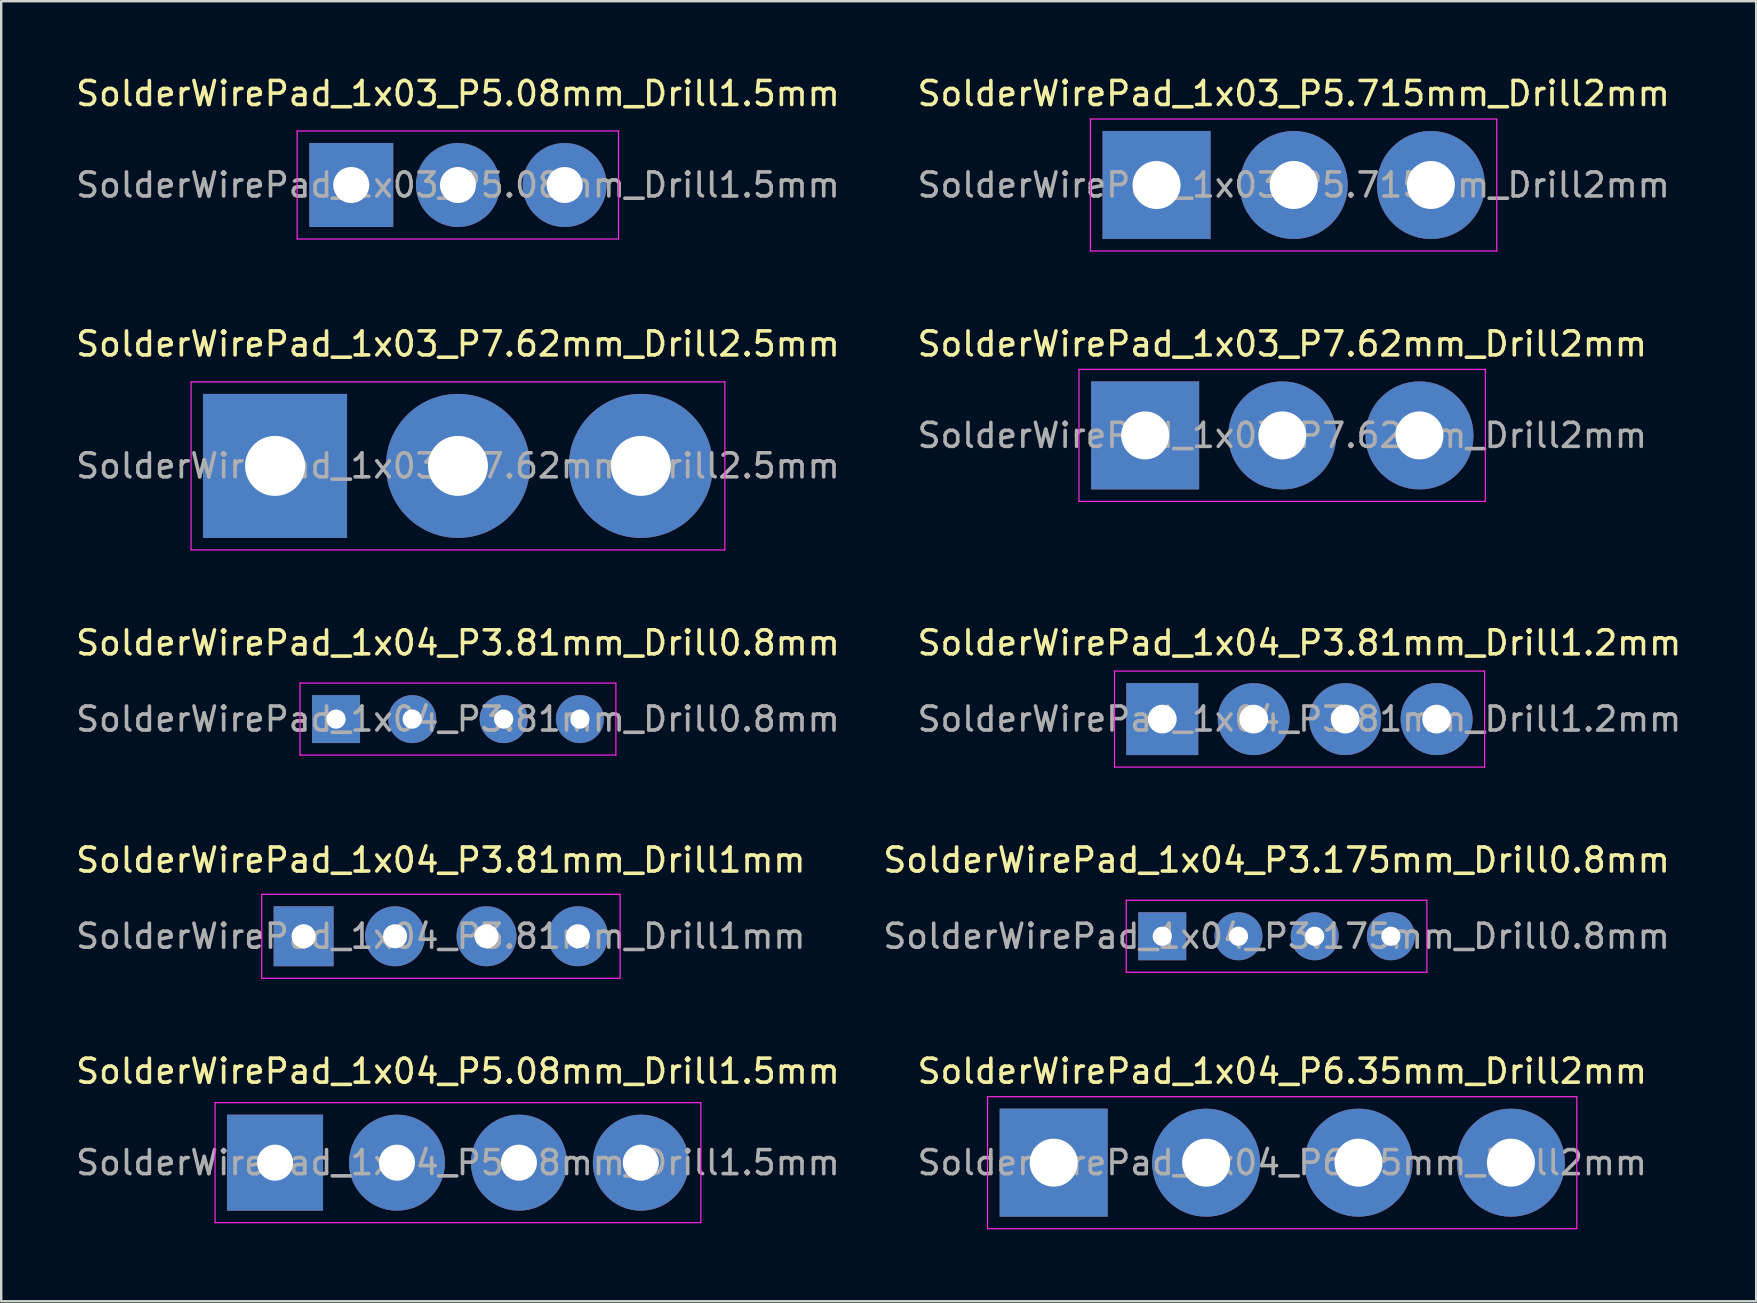
<source format=kicad_pcb>
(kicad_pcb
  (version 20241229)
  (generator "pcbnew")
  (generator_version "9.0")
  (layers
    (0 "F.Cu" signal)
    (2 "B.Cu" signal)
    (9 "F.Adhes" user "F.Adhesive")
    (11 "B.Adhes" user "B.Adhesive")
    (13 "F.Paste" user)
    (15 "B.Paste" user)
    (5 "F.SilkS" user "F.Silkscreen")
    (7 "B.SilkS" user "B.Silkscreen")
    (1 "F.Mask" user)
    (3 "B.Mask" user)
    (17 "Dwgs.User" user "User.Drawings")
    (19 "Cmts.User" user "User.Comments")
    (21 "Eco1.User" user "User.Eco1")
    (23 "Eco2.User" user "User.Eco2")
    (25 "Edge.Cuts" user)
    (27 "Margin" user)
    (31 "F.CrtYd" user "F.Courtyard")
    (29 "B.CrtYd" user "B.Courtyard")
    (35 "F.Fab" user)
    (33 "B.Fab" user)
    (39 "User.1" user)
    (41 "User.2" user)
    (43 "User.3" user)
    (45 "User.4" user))
  (footprint "SolderWirePad_1x04_P3.81mm_Drill1.2mm"
    (layer "F.Cu")
    (at 45.374 26.91)
    (property "Reference" "SolderWirePad_1x04_P3.81mm_Drill1.2mm" (at 5.715 -3.175 0) (layer "F.SilkS") (effects (font (size 1 1) (thickness 0.15))))
    (attr exclude_from_pos_files exclude_from_bom)
    (fp_line (start -1.99 -2) (end -1.99 2) (stroke (width 0.05) (type solid)) (layer "F.CrtYd"))
    (fp_line (start -1.99 -2) (end 13.43 -2) (stroke (width 0.05) (type solid)) (layer "F.CrtYd"))
    (fp_line (start 13.43 2) (end -1.99 2) (stroke (width 0.05) (type solid)) (layer "F.CrtYd"))
    (fp_line (start 13.43 2) (end 13.43 -2) (stroke (width 0.05) (type solid)) (layer "F.CrtYd"))
    (fp_text user "${REFERENCE}" (at 5.715 0 0) (layer "F.Fab") (effects (font (size 1 1) (thickness 0.15))))
    (pad "1" thru_hole rect (at 0 0) (size 3 3) (drill 1.199) (layers "*.Cu" "*.Mask"))
    (pad "2" thru_hole circle (at 3.81 0) (size 3 3) (drill 1.199) (layers "*.Cu" "*.Mask"))
    (pad "3" thru_hole circle (at 7.62 0) (size 3 3) (drill 1.199) (layers "*.Cu" "*.Mask"))
    (pad "4" thru_hole circle (at 11.43 0) (size 3 3) (drill 1.199) (layers "*.Cu" "*.Mask")))
  (footprint "SolderWirePad_1x04_P3.81mm_Drill1mm"
    (layer "F.Cu")
    (at 9.6 35.958)
    (property "Reference" "SolderWirePad_1x04_P3.81mm_Drill1mm" (at 5.715 -3.175 0) (layer "F.SilkS") (effects (font (size 1 1) (thickness 0.15))))
    (attr exclude_from_pos_files exclude_from_bom)
    (fp_line (start -1.745 -1.75) (end -1.745 1.75) (stroke (width 0.05) (type solid)) (layer "F.CrtYd"))
    (fp_line (start -1.745 -1.75) (end 13.185 -1.75) (stroke (width 0.05) (type solid)) (layer "F.CrtYd"))
    (fp_line (start 13.185 1.75) (end -1.745 1.75) (stroke (width 0.05) (type solid)) (layer "F.CrtYd"))
    (fp_line (start 13.185 1.75) (end 13.185 -1.75) (stroke (width 0.05) (type solid)) (layer "F.CrtYd"))
    (fp_text user "${REFERENCE}" (at 5.715 0 0) (layer "F.Fab") (effects (font (size 1 1) (thickness 0.15))))
    (pad "1" thru_hole rect (at 0 0) (size 2.499 2.499) (drill 1.001) (layers "*.Cu" "*.Mask"))
    (pad "2" thru_hole circle (at 3.81 0) (size 2.499 2.499) (drill 1.001) (layers "*.Cu" "*.Mask"))
    (pad "3" thru_hole circle (at 7.62 0) (size 2.499 2.499) (drill 1.001) (layers "*.Cu" "*.Mask"))
    (pad "4" thru_hole circle (at 11.43 0) (size 2.499 2.499) (drill 1.001) (layers "*.Cu" "*.Mask")))
  (footprint "SolderWirePad_1x04_P3.81mm_Drill0.8mm"
    (layer "F.Cu")
    (at 16.03 26.91)
    (property "Reference" "SolderWirePad_1x04_P3.81mm_Drill0.8mm" (at 0 -3.175 0) (layer "F.SilkS") (effects (font (size 1 1) (thickness 0.15))))
    (attr exclude_from_pos_files exclude_from_bom)
    (fp_line (start -6.58 -1.5) (end -6.58 1.5) (stroke (width 0.05) (type solid)) (layer "F.CrtYd"))
    (fp_line (start -6.58 -1.5) (end 6.58 -1.5) (stroke (width 0.05) (type solid)) (layer "F.CrtYd"))
    (fp_line (start 6.58 1.5) (end -6.58 1.5) (stroke (width 0.05) (type solid)) (layer "F.CrtYd"))
    (fp_line (start 6.58 1.5) (end 6.58 -1.5) (stroke (width 0.05) (type solid)) (layer "F.CrtYd"))
    (fp_text user "${REFERENCE}" (at 0 0 0) (layer "F.Fab") (effects (font (size 1 1) (thickness 0.15))))
    (pad "1" thru_hole rect (at -5.08 0) (size 1.999 1.999) (drill 0.8) (layers "*.Cu" "*.Mask"))
    (pad "2" thru_hole circle (at -1.905 0) (size 1.999 1.999) (drill 0.8) (layers "*.Cu" "*.Mask"))
    (pad "3" thru_hole circle (at 1.905 0) (size 1.999 1.999) (drill 0.8) (layers "*.Cu" "*.Mask"))
    (pad "4" thru_hole circle (at 5.08 0) (size 1.999 1.999) (drill 0.8) (layers "*.Cu" "*.Mask")))
  (footprint "SolderWirePad_1x03_P5.715mm_Drill2mm"
    (layer "F.Cu")
    (at 45.136 4.658)
    (property "Reference" "SolderWirePad_1x03_P5.715mm_Drill2mm" (at 5.715 -3.81 0) (layer "F.SilkS") (effects (font (size 1 1) (thickness 0.15))))
    (attr exclude_from_pos_files exclude_from_bom)
    (fp_line (start -2.755 -2.75) (end -2.755 2.75) (stroke (width 0.05) (type solid)) (layer "F.CrtYd"))
    (fp_line (start -2.755 -2.75) (end 14.175 -2.75) (stroke (width 0.05) (type solid)) (layer "F.CrtYd"))
    (fp_line (start 14.175 2.75) (end -2.755 2.75) (stroke (width 0.05) (type solid)) (layer "F.CrtYd"))
    (fp_line (start 14.175 2.75) (end 14.175 -2.75) (stroke (width 0.05) (type solid)) (layer "F.CrtYd"))
    (fp_text user "${REFERENCE}" (at 5.715 0 0) (layer "F.Fab") (effects (font (size 1 1) (thickness 0.15))))
    (pad "1" thru_hole rect (at 0 0) (size 4.501 4.501) (drill 1.999) (layers "*.Cu" "*.Mask"))
    (pad "2" thru_hole circle (at 5.715 0) (size 4.501 4.501) (drill 1.999) (layers "*.Cu" "*.Mask"))
    (pad "3" thru_hole circle (at 11.43 0) (size 4.501 4.501) (drill 1.999) (layers "*.Cu" "*.Mask")))
  (footprint "SolderWirePad_1x03_P5.08mm_Drill1.5mm"
    (layer "F.Cu")
    (at 16.03 4.658)
    (property "Reference" "SolderWirePad_1x03_P5.08mm_Drill1.5mm" (at 0 -3.81 0) (layer "F.SilkS") (effects (font (size 1 1) (thickness 0.15))))
    (attr exclude_from_pos_files exclude_from_bom)
    (fp_line (start -6.7 -2.25) (end -6.7 2.25) (stroke (width 0.05) (type solid)) (layer "F.CrtYd"))
    (fp_line (start -6.7 -2.25) (end 6.69 -2.25) (stroke (width 0.05) (type solid)) (layer "F.CrtYd"))
    (fp_line (start 6.69 2.25) (end -6.7 2.25) (stroke (width 0.05) (type solid)) (layer "F.CrtYd"))
    (fp_line (start 6.69 2.25) (end 6.69 -2.25) (stroke (width 0.05) (type solid)) (layer "F.CrtYd"))
    (fp_text user "${REFERENCE}" (at 0 0 0) (layer "F.Fab") (effects (font (size 1 1) (thickness 0.15))))
    (pad "1" thru_hole rect (at -4.445 0) (size 3.5 3.5) (drill 1.501) (layers "*.Cu" "*.Mask"))
    (pad "2" thru_hole circle (at 0 0) (size 3.5 3.5) (drill 1.501) (layers "*.Cu" "*.Mask"))
    (pad "3" thru_hole circle (at 4.445 0) (size 3.5 3.5) (drill 1.501) (layers "*.Cu" "*.Mask")))
  (footprint "SolderWirePad_1x03_P7.62mm_Drill2.5mm"
    (layer "F.Cu")
    (at 16.03 16.361)
    (property "Reference" "SolderWirePad_1x03_P7.62mm_Drill2.5mm" (at 0 -5.08 0) (layer "F.SilkS") (effects (font (size 1 1) (thickness 0.15))))
    (attr exclude_from_pos_files exclude_from_bom)
    (fp_line (start -11.12 -3.5) (end -11.12 3.5) (stroke (width 0.05) (type solid)) (layer "F.CrtYd"))
    (fp_line (start -11.12 -3.5) (end 11.12 -3.5) (stroke (width 0.05) (type solid)) (layer "F.CrtYd"))
    (fp_line (start 11.12 3.5) (end -11.12 3.5) (stroke (width 0.05) (type solid)) (layer "F.CrtYd"))
    (fp_line (start 11.12 3.5) (end 11.12 -3.5) (stroke (width 0.05) (type solid)) (layer "F.CrtYd"))
    (fp_text user "${REFERENCE}" (at 0 0 0) (layer "F.Fab") (effects (font (size 1 1) (thickness 0.15))))
    (pad "1" thru_hole rect (at -7.62 0) (size 5.999 5.999) (drill 2.499) (layers "*.Cu" "*.Mask"))
    (pad "2" thru_hole circle (at 0 0) (size 5.999 5.999) (drill 2.499) (layers "*.Cu" "*.Mask"))
    (pad "3" thru_hole circle (at 7.62 0) (size 5.999 5.999) (drill 2.499) (layers "*.Cu" "*.Mask")))
  (footprint "SolderWirePad_1x04_P3.175mm_Drill0.8mm"
    (layer "F.Cu")
    (at 45.374 35.958)
    (property "Reference" "SolderWirePad_1x04_P3.175mm_Drill0.8mm" (at 4.763 -3.175 0) (layer "F.SilkS") (effects (font (size 1 1) (thickness 0.15))))
    (attr exclude_from_pos_files exclude_from_bom)
    (fp_line (start -1.5 -1.5) (end -1.5 1.5) (stroke (width 0.05) (type solid)) (layer "F.CrtYd"))
    (fp_line (start -1.5 -1.5) (end 11.025 -1.5) (stroke (width 0.05) (type solid)) (layer "F.CrtYd"))
    (fp_line (start 11.025 1.5) (end -1.5 1.5) (stroke (width 0.05) (type solid)) (layer "F.CrtYd"))
    (fp_line (start 11.025 1.5) (end 11.025 -1.5) (stroke (width 0.05) (type solid)) (layer "F.CrtYd"))
    (fp_text user "${REFERENCE}" (at 4.763 0 0) (layer "F.Fab") (effects (font (size 1 1) (thickness 0.15))))
    (pad "1" thru_hole rect (at 0 0) (size 1.999 1.999) (drill 0.8) (layers "*.Cu" "*.Mask"))
    (pad "2" thru_hole circle (at 3.175 0) (size 1.999 1.999) (drill 0.8) (layers "*.Cu" "*.Mask"))
    (pad "3" thru_hole circle (at 6.35 0) (size 1.999 1.999) (drill 0.8) (layers "*.Cu" "*.Mask"))
    (pad "4" thru_hole circle (at 9.525 0) (size 1.999 1.999) (drill 0.8) (layers "*.Cu" "*.Mask")))
  (footprint "SolderWirePad_1x04_P5.08mm_Drill1.5mm"
    (layer "F.Cu")
    (at 16.03 45.391)
    (property "Reference" "SolderWirePad_1x04_P5.08mm_Drill1.5mm" (at 0 -3.81 0) (layer "F.SilkS") (effects (font (size 1 1) (thickness 0.15))))
    (attr exclude_from_pos_files exclude_from_bom)
    (fp_line (start -10.12 -2.5) (end -10.12 2.5) (stroke (width 0.05) (type solid)) (layer "F.CrtYd"))
    (fp_line (start -10.12 -2.5) (end 10.12 -2.5) (stroke (width 0.05) (type solid)) (layer "F.CrtYd"))
    (fp_line (start 10.12 2.5) (end -10.12 2.5) (stroke (width 0.05) (type solid)) (layer "F.CrtYd"))
    (fp_line (start 10.12 2.5) (end 10.12 -2.5) (stroke (width 0.05) (type solid)) (layer "F.CrtYd"))
    (fp_text user "${REFERENCE}" (at 0 0 0) (layer "F.Fab") (effects (font (size 1 1) (thickness 0.15))))
    (pad "1" thru_hole rect (at -7.62 0) (size 4 4) (drill 1.501) (layers "*.Cu" "*.Mask"))
    (pad "2" thru_hole circle (at -2.54 0) (size 4 4) (drill 1.501) (layers "*.Cu" "*.Mask"))
    (pad "3" thru_hole circle (at 2.54 0) (size 4 4) (drill 1.501) (layers "*.Cu" "*.Mask"))
    (pad "4" thru_hole circle (at 7.62 0) (size 4 4) (drill 1.501) (layers "*.Cu" "*.Mask")))
  (footprint "SolderWirePad_1x03_P7.62mm_Drill2mm"
    (layer "F.Cu")
    (at 50.375 15.091)
    (property "Reference" "SolderWirePad_1x03_P7.62mm_Drill2mm" (at 0 -3.81 0) (layer "F.SilkS") (effects (font (size 1 1) (thickness 0.15))))
    (attr exclude_from_pos_files exclude_from_bom)
    (fp_line (start -8.47 -2.75) (end -8.47 2.75) (stroke (width 0.05) (type solid)) (layer "F.CrtYd"))
    (fp_line (start -8.47 -2.75) (end 8.46 -2.75) (stroke (width 0.05) (type solid)) (layer "F.CrtYd"))
    (fp_line (start 8.46 2.75) (end -8.47 2.75) (stroke (width 0.05) (type solid)) (layer "F.CrtYd"))
    (fp_line (start 8.46 2.75) (end 8.46 -2.75) (stroke (width 0.05) (type solid)) (layer "F.CrtYd"))
    (fp_text user "${REFERENCE}" (at 0 0 0) (layer "F.Fab") (effects (font (size 1 1) (thickness 0.15))))
    (pad "1" thru_hole rect (at -5.715 0) (size 4.501 4.501) (drill 1.999) (layers "*.Cu" "*.Mask"))
    (pad "2" thru_hole circle (at 0 0) (size 4.501 4.501) (drill 1.999) (layers "*.Cu" "*.Mask"))
    (pad "3" thru_hole circle (at 5.715 0) (size 4.501 4.501) (drill 1.999) (layers "*.Cu" "*.Mask")))
  (footprint "SolderWirePad_1x04_P6.35mm_Drill2mm"
    (layer "F.Cu")
    (at 40.85 45.391)
    (property "Reference" "SolderWirePad_1x04_P6.35mm_Drill2mm" (at 9.525 -3.81 0) (layer "F.SilkS") (effects (font (size 1 1) (thickness 0.15))))
    (attr exclude_from_pos_files exclude_from_bom)
    (fp_line (start -2.755 -2.75) (end -2.755 2.75) (stroke (width 0.05) (type solid)) (layer "F.CrtYd"))
    (fp_line (start -2.755 -2.75) (end 21.795 -2.75) (stroke (width 0.05) (type solid)) (layer "F.CrtYd"))
    (fp_line (start 21.795 2.75) (end -2.755 2.75) (stroke (width 0.05) (type solid)) (layer "F.CrtYd"))
    (fp_line (start 21.795 2.75) (end 21.795 -2.75) (stroke (width 0.05) (type solid)) (layer "F.CrtYd"))
    (fp_text user "${REFERENCE}" (at 9.525 0 0) (layer "F.Fab") (effects (font (size 1 1) (thickness 0.15))))
    (pad "1" thru_hole rect (at 0 0) (size 4.501 4.501) (drill 1.999) (layers "*.Cu" "*.Mask"))
    (pad "2" thru_hole circle (at 6.35 0) (size 4.501 4.501) (drill 1.999) (layers "*.Cu" "*.Mask"))
    (pad "3" thru_hole circle (at 12.7 0) (size 4.501 4.501) (drill 1.999) (layers "*.Cu" "*.Mask"))
    (pad "4" thru_hole circle (at 19.05 0) (size 4.501 4.501) (drill 1.999) (layers "*.Cu" "*.Mask")))
  (gr_rect
    (start -3 -3)
    (end 70.119 51.166)
    (stroke (width 0.1) (type default))
    (fill no)
    (layer "Edge.Cuts")))
</source>
